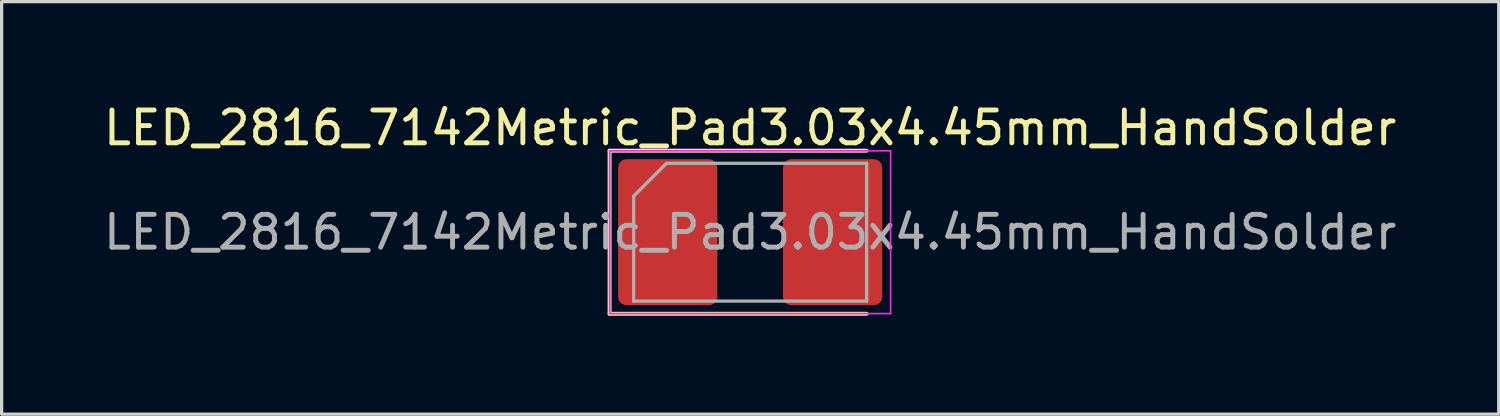
<source format=kicad_pcb>
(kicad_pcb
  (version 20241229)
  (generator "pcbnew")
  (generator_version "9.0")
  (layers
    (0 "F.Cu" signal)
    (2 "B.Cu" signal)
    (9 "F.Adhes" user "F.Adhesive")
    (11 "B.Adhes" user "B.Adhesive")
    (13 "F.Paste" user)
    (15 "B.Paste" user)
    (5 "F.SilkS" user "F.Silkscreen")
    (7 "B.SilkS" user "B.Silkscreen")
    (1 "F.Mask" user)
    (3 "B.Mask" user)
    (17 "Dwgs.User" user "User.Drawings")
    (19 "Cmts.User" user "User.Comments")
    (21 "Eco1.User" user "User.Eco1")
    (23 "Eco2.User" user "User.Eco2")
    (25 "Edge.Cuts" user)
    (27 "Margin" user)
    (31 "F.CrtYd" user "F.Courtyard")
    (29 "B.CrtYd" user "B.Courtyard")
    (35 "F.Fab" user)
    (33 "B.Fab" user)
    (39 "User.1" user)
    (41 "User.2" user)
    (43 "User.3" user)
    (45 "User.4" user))
  (footprint "LED_2816_7142Metric_Pad3.03x4.45mm_HandSolder"
    (layer "F.Cu")
    (at 19.815 4.028)
    (property "Reference" "LED_2816_7142Metric_Pad3.03x4.45mm_HandSolder" (at 0 -3.18 0) (layer "F.SilkS") (effects (font (size 1 1) (thickness 0.15))))
    (attr smd)
    (fp_line (start -4.285 -2.485) (end -4.285 2.485) (stroke (width 0.12) (type solid)) (layer "F.SilkS"))
    (fp_line (start -4.285 2.485) (end 3.55 2.485) (stroke (width 0.12) (type solid)) (layer "F.SilkS"))
    (fp_line (start 3.55 -2.485) (end -4.285 -2.485) (stroke (width 0.12) (type solid)) (layer "F.SilkS"))
    (fp_line (start -4.28 -2.48) (end 4.28 -2.48) (stroke (width 0.05) (type solid)) (layer "F.CrtYd"))
    (fp_line (start -4.28 2.48) (end -4.28 -2.48) (stroke (width 0.05) (type solid)) (layer "F.CrtYd"))
    (fp_line (start 4.28 -2.48) (end 4.28 2.48) (stroke (width 0.05) (type solid)) (layer "F.CrtYd"))
    (fp_line (start 4.28 2.48) (end -4.28 2.48) (stroke (width 0.05) (type solid)) (layer "F.CrtYd"))
    (fp_line (start -3.55 -1.1) (end -3.55 2.1) (stroke (width 0.1) (type solid)) (layer "F.Fab"))
    (fp_line (start -3.55 2.1) (end 3.55 2.1) (stroke (width 0.1) (type solid)) (layer "F.Fab"))
    (fp_line (start -2.55 -2.1) (end -3.55 -1.1) (stroke (width 0.1) (type solid)) (layer "F.Fab"))
    (fp_line (start 3.55 -2.1) (end -2.55 -2.1) (stroke (width 0.1) (type solid)) (layer "F.Fab"))
    (fp_line (start 3.55 2.1) (end 3.55 -2.1) (stroke (width 0.1) (type solid)) (layer "F.Fab"))
    (fp_text user "${REFERENCE}" (at 0 0 0) (layer "F.Fab") (effects (font (size 1 1) (thickness 0.15))))
    (pad "1" smd roundrect (at -2.513 0) (size 3.025 4.45) (layers "F.Cu" "F.Mask" "F.Paste") (roundrect_rratio 0.083))
    (pad "2" smd roundrect (at 2.513 0) (size 3.025 4.45) (layers "F.Cu" "F.Mask" "F.Paste") (roundrect_rratio 0.083)))
  (gr_rect
    (start -3 -3)
    (end 42.631 9.573)
    (stroke (width 0.1) (type default))
    (fill no)
    (layer "Edge.Cuts")))
</source>
